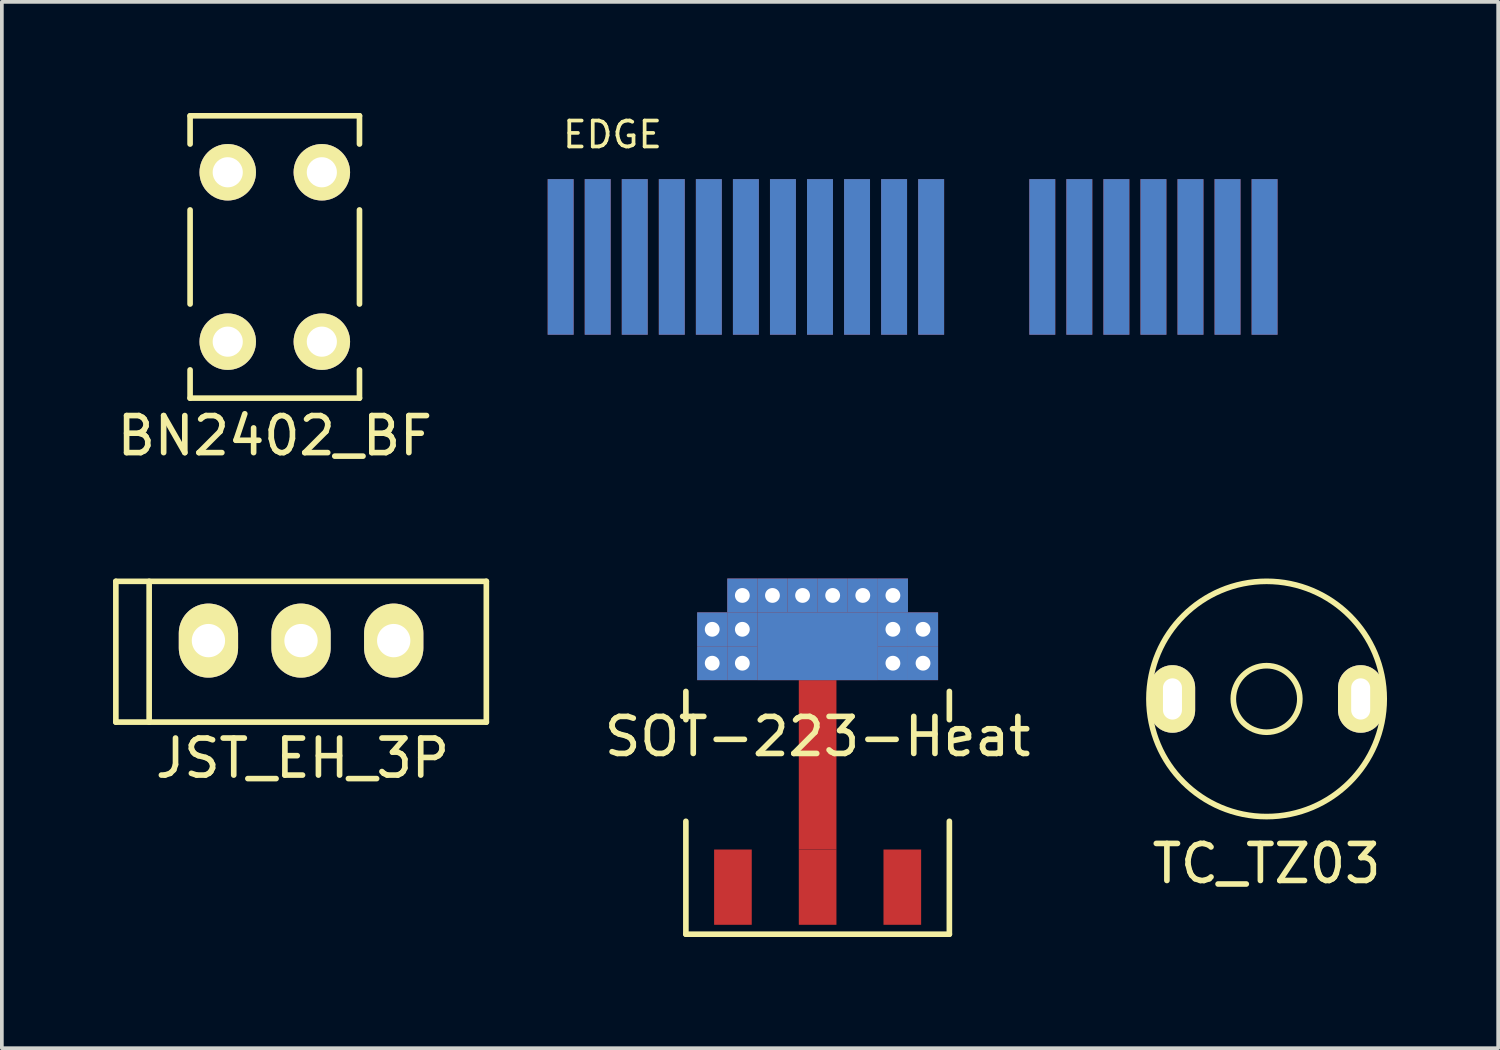
<source format=kicad_pcb>
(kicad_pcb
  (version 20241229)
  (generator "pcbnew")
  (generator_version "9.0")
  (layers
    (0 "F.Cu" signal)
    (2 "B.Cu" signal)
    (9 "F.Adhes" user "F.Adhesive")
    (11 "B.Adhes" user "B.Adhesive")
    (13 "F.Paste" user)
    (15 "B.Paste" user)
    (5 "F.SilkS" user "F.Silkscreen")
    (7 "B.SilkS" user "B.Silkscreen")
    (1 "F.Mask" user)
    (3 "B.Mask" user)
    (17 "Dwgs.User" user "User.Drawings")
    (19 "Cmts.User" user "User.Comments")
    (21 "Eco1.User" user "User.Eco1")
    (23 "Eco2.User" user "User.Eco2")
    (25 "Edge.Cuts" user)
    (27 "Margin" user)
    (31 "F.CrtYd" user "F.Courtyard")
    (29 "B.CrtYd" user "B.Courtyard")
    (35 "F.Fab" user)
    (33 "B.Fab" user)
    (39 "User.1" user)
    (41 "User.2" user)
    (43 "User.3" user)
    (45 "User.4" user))
  (footprint "BN2402_BF"
    (layer "F.Cu")
    (at 4.367 3.886)
    (property "Reference" "BN2402_BF" (at 0 4.826 0) (layer "F.SilkS") (effects (font (size 1 1) (thickness 0.152))))
    (attr through_hole)
    (fp_line (start -2.286 -3.81) (end -2.286 -3.048) (stroke (width 0.152) (type solid)) (layer "F.SilkS"))
    (fp_line (start -2.286 -1.27) (end -2.286 1.27) (stroke (width 0.152) (type solid)) (layer "F.SilkS"))
    (fp_line (start -2.286 3.81) (end -2.286 3.048) (stroke (width 0.152) (type solid)) (layer "F.SilkS"))
    (fp_line (start 2.286 -3.81) (end -2.286 -3.81) (stroke (width 0.152) (type solid)) (layer "F.SilkS"))
    (fp_line (start 2.286 -3.048) (end 2.286 -3.81) (stroke (width 0.152) (type solid)) (layer "F.SilkS"))
    (fp_line (start 2.286 -1.27) (end 2.286 1.27) (stroke (width 0.152) (type solid)) (layer "F.SilkS"))
    (fp_line (start 2.286 3.048) (end 2.286 3.81) (stroke (width 0.152) (type solid)) (layer "F.SilkS"))
    (fp_line (start 2.286 3.81) (end -2.286 3.81) (stroke (width 0.152) (type solid)) (layer "F.SilkS"))
    (pad "1" thru_hole circle (at -1.27 2.286) (size 1.524 1.524) (drill 0.813) (layers "*.Cu" "*.Mask" "F.SilkS"))
    (pad "2" thru_hole circle (at 1.27 2.286) (size 1.524 1.524) (drill 0.813) (layers "*.Cu" "*.Mask" "F.SilkS"))
    (pad "3" thru_hole circle (at -1.27 -2.286) (size 1.524 1.524) (drill 0.813) (layers "*.Cu" "*.Mask" "F.SilkS"))
    (pad "4" thru_hole circle (at 1.27 -2.286) (size 1.524 1.524) (drill 0.813) (layers "*.Cu" "*.Mask" "F.SilkS")))
  (footprint "TC_TZ03"
    (layer "F.Cu")
    (at 31.137 15.816)
    (property "Reference" "TC_TZ03" (at 0 4.445 0) (layer "F.SilkS") (effects (font (size 1 1) (thickness 0.152))))
    (attr through_hole)
    (fp_circle (center 0 0) (end 0.635 0.635) (stroke (width 0.152) (type solid)) (fill no) (layer "F.SilkS"))
    (fp_circle (center 0 0) (end 3.175 0) (stroke (width 0.152) (type solid)) (fill no) (layer "F.SilkS"))
    (pad "1" thru_hole oval (at 2.54 0) (size 1.224 1.824) (drill oval 0.513 1.113) (layers "*.Cu" "*.Mask" "F.SilkS"))
    (pad "2" thru_hole oval (at -2.54 0) (size 1.224 1.824) (drill oval 0.513 1.113) (layers "*.Cu" "*.Mask" "F.SilkS")))
  (footprint "EDGE"
    (layer "F.Cu")
    (at 23.583 7.385)
    (property "Reference" "EDGE" (at -10.1 -6.8 0) (layer "F.SilkS") (effects (font (size 0.7 0.7) (thickness 0.1))))
    (attr through_hole)
    (pad "A1" smd rect (at -11.5 -3.5) (size 0.7 4.2) (layers "F.Cu" "F.Mask"))
    (pad "A2" smd rect (at -10.5 -3.5) (size 0.7 4.2) (layers "F.Cu" "F.Mask"))
    (pad "A3" smd rect (at -9.5 -3.5) (size 0.7 4.2) (layers "F.Cu" "F.Mask"))
    (pad "A4" smd rect (at -8.5 -3.5) (size 0.7 4.2) (layers "F.Cu" "F.Mask"))
    (pad "A5" smd rect (at -7.5 -3.5) (size 0.7 4.2) (layers "F.Cu" "F.Mask"))
    (pad "A6" smd rect (at -6.5 -3.5) (size 0.7 4.2) (layers "F.Cu" "F.Mask"))
    (pad "A7" smd rect (at -5.5 -3.5) (size 0.7 4.2) (layers "F.Cu" "F.Mask"))
    (pad "A8" smd rect (at -4.5 -3.5) (size 0.7 4.2) (layers "F.Cu" "F.Mask"))
    (pad "A9" smd rect (at -3.5 -3.5) (size 0.7 4.2) (layers "F.Cu" "F.Mask"))
    (pad "A10" smd rect (at -2.5 -3.5) (size 0.7 4.2) (layers "F.Cu" "F.Mask"))
    (pad "A11" smd rect (at -1.5 -3.5) (size 0.7 4.2) (layers "F.Cu" "F.Mask"))
    (pad "A12" smd rect (at 1.5 -3.5) (size 0.7 4.2) (layers "F.Cu" "F.Mask"))
    (pad "A13" smd rect (at 2.5 -3.5) (size 0.7 4.2) (layers "F.Cu" "F.Mask"))
    (pad "A14" smd rect (at 3.5 -3.5) (size 0.7 4.2) (layers "F.Cu" "F.Mask"))
    (pad "A15" smd rect (at 4.5 -3.5) (size 0.7 4.2) (layers "F.Cu" "F.Mask"))
    (pad "A16" smd rect (at 5.5 -3.5) (size 0.7 4.2) (layers "F.Cu" "F.Mask"))
    (pad "A17" smd rect (at 6.5 -3.5) (size 0.7 4.2) (layers "F.Cu" "F.Mask"))
    (pad "A18" smd rect (at 7.5 -3.5) (size 0.7 4.2) (layers "F.Cu" "F.Mask"))
    (pad "B1" smd rect (at -11.5 -3.5) (size 0.7 4.2) (layers "B.Cu" "B.Mask"))
    (pad "B2" smd rect (at -10.5 -3.5) (size 0.7 4.2) (layers "B.Cu" "B.Mask"))
    (pad "B3" smd rect (at -9.5 -3.5) (size 0.7 4.2) (layers "B.Cu" "B.Mask"))
    (pad "B4" smd rect (at -8.5 -3.5) (size 0.7 4.2) (layers "B.Cu" "B.Mask"))
    (pad "B5" smd rect (at -7.5 -3.5) (size 0.7 4.2) (layers "B.Cu" "B.Mask"))
    (pad "B6" smd rect (at -6.5 -3.5) (size 0.7 4.2) (layers "B.Cu" "B.Mask"))
    (pad "B7" smd rect (at -5.5 -3.5) (size 0.7 4.2) (layers "B.Cu" "B.Mask"))
    (pad "B8" smd rect (at -4.5 -3.5) (size 0.7 4.2) (layers "B.Cu" "B.Mask"))
    (pad "B9" smd rect (at -3.5 -3.5) (size 0.7 4.2) (layers "B.Cu" "B.Mask"))
    (pad "B10" smd rect (at -2.5 -3.5) (size 0.7 4.2) (layers "B.Cu" "B.Mask"))
    (pad "B11" smd rect (at -1.5 -3.5) (size 0.7 4.2) (layers "B.Cu" "B.Mask"))
    (pad "B12" smd rect (at 1.5 -3.5) (size 0.7 4.2) (layers "B.Cu" "B.Mask"))
    (pad "B13" smd rect (at 2.5 -3.5) (size 0.7 4.2) (layers "B.Cu" "B.Mask"))
    (pad "B14" smd rect (at 3.5 -3.5) (size 0.7 4.2) (layers "B.Cu" "B.Mask"))
    (pad "B15" smd rect (at 4.5 -3.5) (size 0.7 4.2) (layers "B.Cu" "B.Mask"))
    (pad "B16" smd rect (at 5.5 -3.5) (size 0.7 4.2) (layers "B.Cu" "B.Mask"))
    (pad "B17" smd rect (at 6.5 -3.5) (size 0.7 4.2) (layers "B.Cu" "B.Mask"))
    (pad "B18" smd rect (at 7.5 -3.5) (size 0.7 4.2) (layers "B.Cu" "B.Mask")))
  (footprint "JST_EH_3P"
    (layer "F.Cu")
    (at 2.576 14.241)
    (property "Reference" "JST_EH_3P" (at 2.54 3.175 0) (layer "F.SilkS") (effects (font (size 1 1) (thickness 0.152))))
    (attr through_hole)
    (fp_line (start -2.499 -1.6) (end -2.499 2.2) (stroke (width 0.152) (type solid)) (layer "F.SilkS"))
    (fp_line (start -2.499 -1.6) (end 7.501 -1.6) (stroke (width 0.152) (type solid)) (layer "F.SilkS"))
    (fp_line (start -1.6 -1.6) (end -1.6 2.2) (stroke (width 0.152) (type solid)) (layer "F.SilkS"))
    (fp_line (start 7.501 -1.6) (end 7.501 2.2) (stroke (width 0.152) (type solid)) (layer "F.SilkS"))
    (fp_line (start 7.501 2.2) (end -2.499 2.2) (stroke (width 0.152) (type solid)) (layer "F.SilkS"))
    (pad "1" thru_hole oval (at 0 0) (size 1.6 1.999) (drill 0.899) (layers "*.Cu" "*.Mask" "F.SilkS"))
    (pad "2" thru_hole oval (at 2.499 0) (size 1.6 1.999) (drill 0.899) (layers "*.Cu" "*.Mask" "F.SilkS"))
    (pad "3" thru_hole oval (at 5.001 0) (size 1.6 1.999) (drill 0.899) (layers "*.Cu" "*.Mask" "F.SilkS")))
  (footprint "SOT-223-Heat"
    (layer "F.Cu")
    (at 19.019 17.594)
    (property "Reference" "SOT-223-Heat" (at 0 -0.762 0) (layer "F.SilkS") (effects (font (size 1 1) (thickness 0.152))))
    (attr smd)
    (fp_line (start -3.556 -1.219) (end -3.556 -1.981) (stroke (width 0.152) (type solid)) (layer "F.SilkS"))
    (fp_line (start -3.556 1.524) (end -3.556 4.572) (stroke (width 0.152) (type solid)) (layer "F.SilkS"))
    (fp_line (start -3.556 4.572) (end 3.556 4.572) (stroke (width 0.152) (type solid)) (layer "F.SilkS"))
    (fp_line (start 3.556 -1.981) (end 3.556 -1.219) (stroke (width 0.152) (type solid)) (layer "F.SilkS"))
    (fp_line (start 3.556 4.572) (end 3.556 1.524) (stroke (width 0.152) (type solid)) (layer "F.SilkS"))
    (pad "1" smd rect (at -2.286 3.302) (size 1.016 2.032) (layers "F.Cu" "F.Mask" "F.Paste"))
    (pad "2" thru_hole rect (at -2.845 -3.658) (size 0.813 0.914) (drill 0.4) (layers "*.Cu" "*.Mask"))
    (pad "2" thru_hole rect (at -2.845 -2.743) (size 0.813 0.914) (drill 0.4) (layers "*.Cu" "*.Mask"))
    (pad "2" thru_hole rect (at -2.032 -4.572) (size 0.813 0.914) (drill 0.4) (layers "*.Cu" "*.Mask"))
    (pad "2" thru_hole rect (at -2.032 -3.658) (size 0.813 0.914) (drill 0.4) (layers "*.Cu" "*.Mask"))
    (pad "2" thru_hole rect (at -2.032 -2.743) (size 0.813 0.914) (drill 0.4) (layers "*.Cu" "*.Mask"))
    (pad "2" thru_hole rect (at -1.219 -4.572) (size 0.813 0.914) (drill 0.4) (layers "*.Cu" "*.Mask"))
    (pad "2" thru_hole rect (at -0.406 -4.572) (size 0.813 0.914) (drill 0.4) (layers "*.Cu" "*.Mask"))
    (pad "2" smd rect (at 0 -3.2) (size 3.251 1.829) (layers "F.Cu" "F.Mask" "F.Paste"))
    (pad "2" smd rect (at 0 -3.2) (size 3.251 1.829) (layers "B.Cu" "B.Mask"))
    (pad "2" smd rect (at 0 0) (size 1.016 4.572) (layers "F.Cu"))
    (pad "2" smd rect (at 0 3.302) (size 1.016 2.032) (layers "F.Cu" "F.Mask" "F.Paste"))
    (pad "2" thru_hole rect (at 0.406 -4.572) (size 0.813 0.914) (drill 0.4) (layers "*.Cu" "*.Mask"))
    (pad "2" thru_hole rect (at 1.219 -4.572) (size 0.813 0.914) (drill 0.4) (layers "*.Cu" "*.Mask"))
    (pad "2" thru_hole rect (at 2.032 -4.572) (size 0.813 0.914) (drill 0.4) (layers "*.Cu" "*.Mask"))
    (pad "2" thru_hole rect (at 2.032 -3.658) (size 0.813 0.914) (drill 0.4) (layers "*.Cu" "*.Mask"))
    (pad "2" thru_hole rect (at 2.032 -2.743) (size 0.813 0.914) (drill 0.4) (layers "*.Cu" "*.Mask"))
    (pad "2" thru_hole rect (at 2.845 -3.658) (size 0.813 0.914) (drill 0.4) (layers "*.Cu" "*.Mask"))
    (pad "2" thru_hole rect (at 2.845 -2.743) (size 0.813 0.914) (drill 0.4) (layers "*.Cu" "*.Mask"))
    (pad "3" smd rect (at 2.286 3.302) (size 1.016 2.032) (layers "F.Cu" "F.Mask" "F.Paste")))
  (gr_rect
    (start -3 -3)
    (end 37.388 25.242)
    (stroke (width 0.1) (type default))
    (fill no)
    (layer "Edge.Cuts")))
</source>
